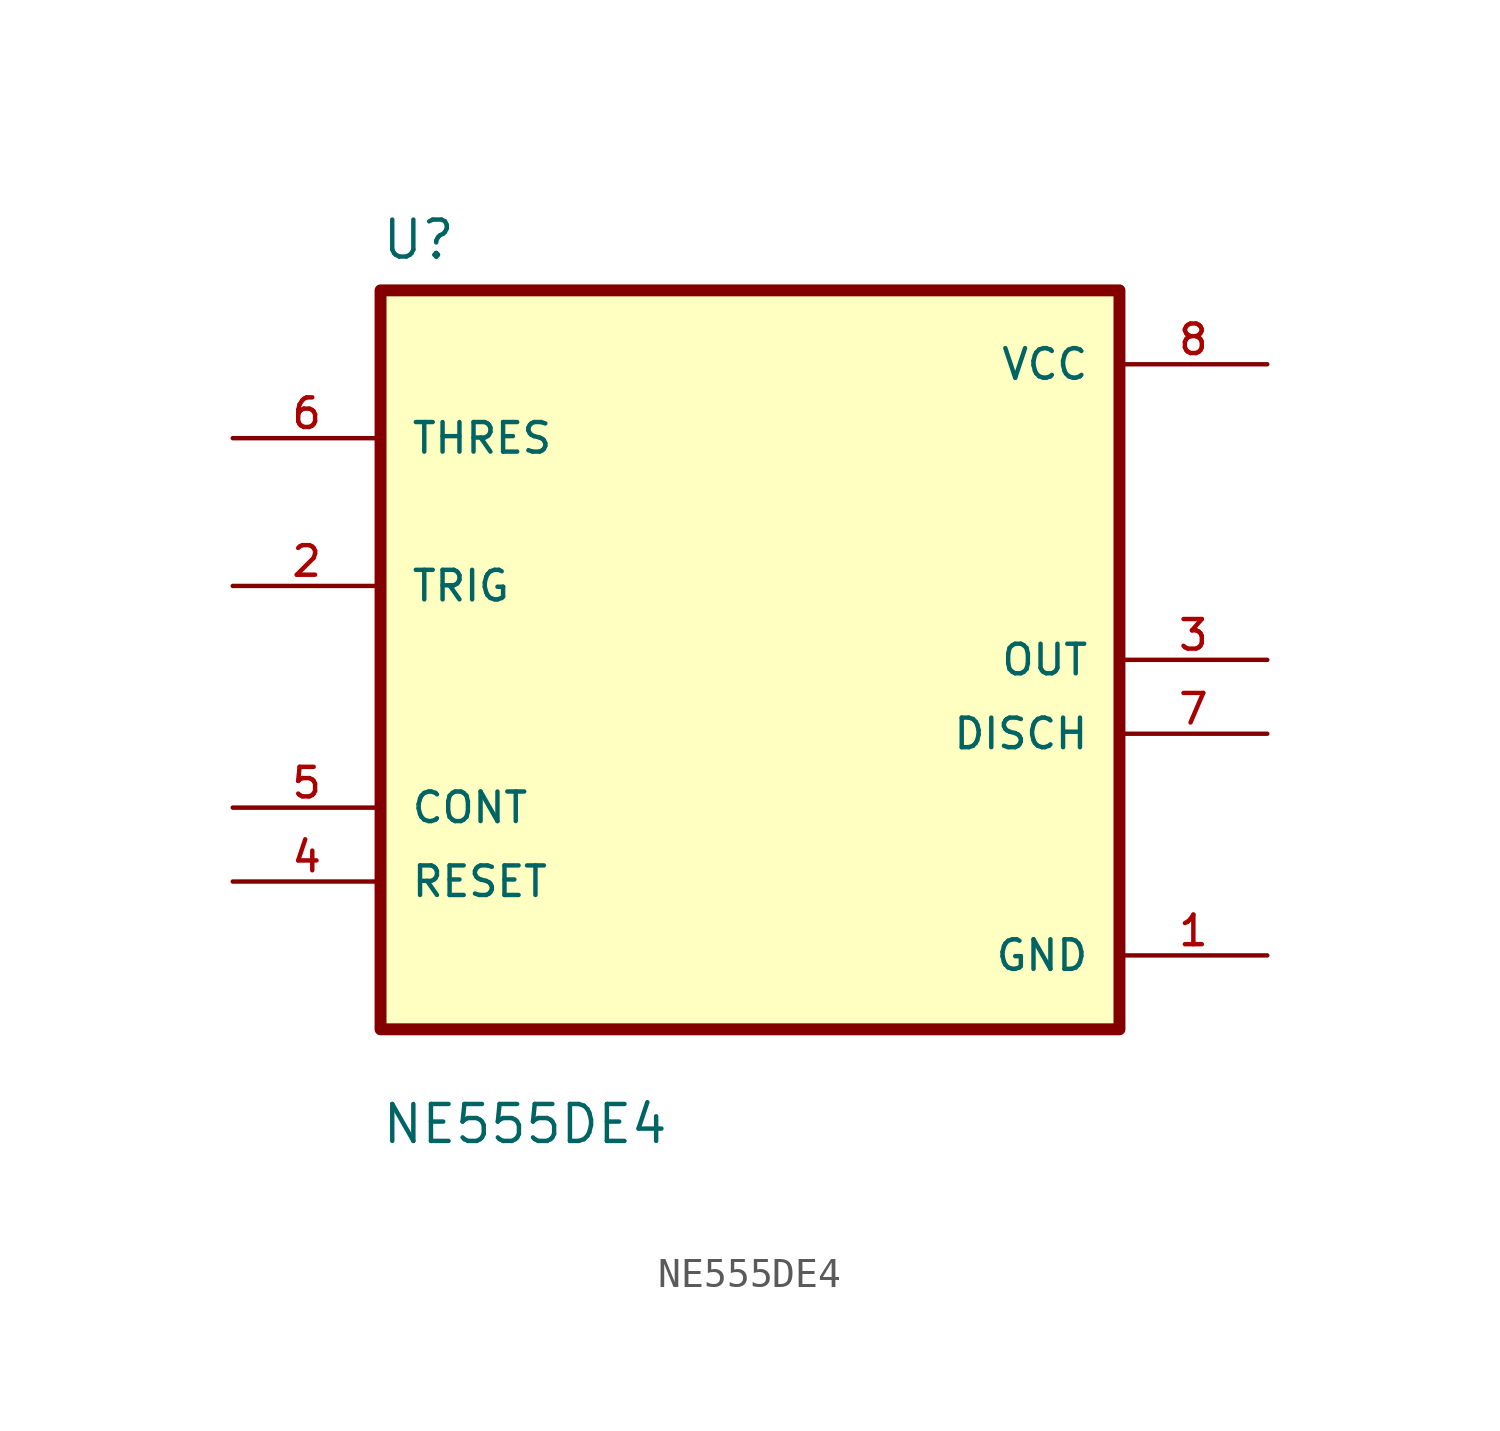
<source format=kicad_sym>
(kicad_symbol_lib
  (version 20211014)
  (generator kicad_symbol_editor)
  (symbol "NE555DE4"
    (pin_names
      (offset 1.016))
    (property "Reference" "U"
      (at -12.7 13.7 0.0)
      (effects (font (size 1.27 1.27)) (justify bottom left)))
    (property "Value" "NE555DE4"
      (at -12.7 -16.7 0.0)
      (effects (font (size 1.27 1.27)) (justify bottom left)))
    (symbol "NE555DE4_0_0"
      (rectangle (start -12.7 -12.7) (end 12.7 12.7) (stroke (width 0.41)) (fill (type background)))
      (pin input line (at -17.78 -7.62 0) (length 5.08) (name "RESET" (effects (font (size 1.016 1.016)))) (number "4" (effects (font (size 1.016 1.016)))))
      (pin input line (at -17.78 7.62 0) (length 5.08) (name "THRES" (effects (font (size 1.016 1.016)))) (number "6" (effects (font (size 1.016 1.016)))))
      (pin input line (at -17.78 2.54 0) (length 5.08) (name "TRIG" (effects (font (size 1.016 1.016)))) (number "2" (effects (font (size 1.016 1.016)))))
      (pin bidirectional line (at -17.78 -5.08 0) (length 5.08) (name "CONT" (effects (font (size 1.016 1.016)))) (number "5" (effects (font (size 1.016 1.016)))))
      (pin power_in line (at 17.78 10.16 180.0) (length 5.08) (name "VCC" (effects (font (size 1.016 1.016)))) (number "8" (effects (font (size 1.016 1.016)))))
      (pin output line (at 17.78 -2.54 180.0) (length 5.08) (name "DISCH" (effects (font (size 1.016 1.016)))) (number "7" (effects (font (size 1.016 1.016)))))
      (pin output line (at 17.78 0.0 180.0) (length 5.08) (name "OUT" (effects (font (size 1.016 1.016)))) (number "3" (effects (font (size 1.016 1.016)))))
      (pin power_in line (at 17.78 -10.16 180.0) (length 5.08) (name "GND" (effects (font (size 1.016 1.016)))) (number "1" (effects (font (size 1.016 1.016))))))))
</source>
